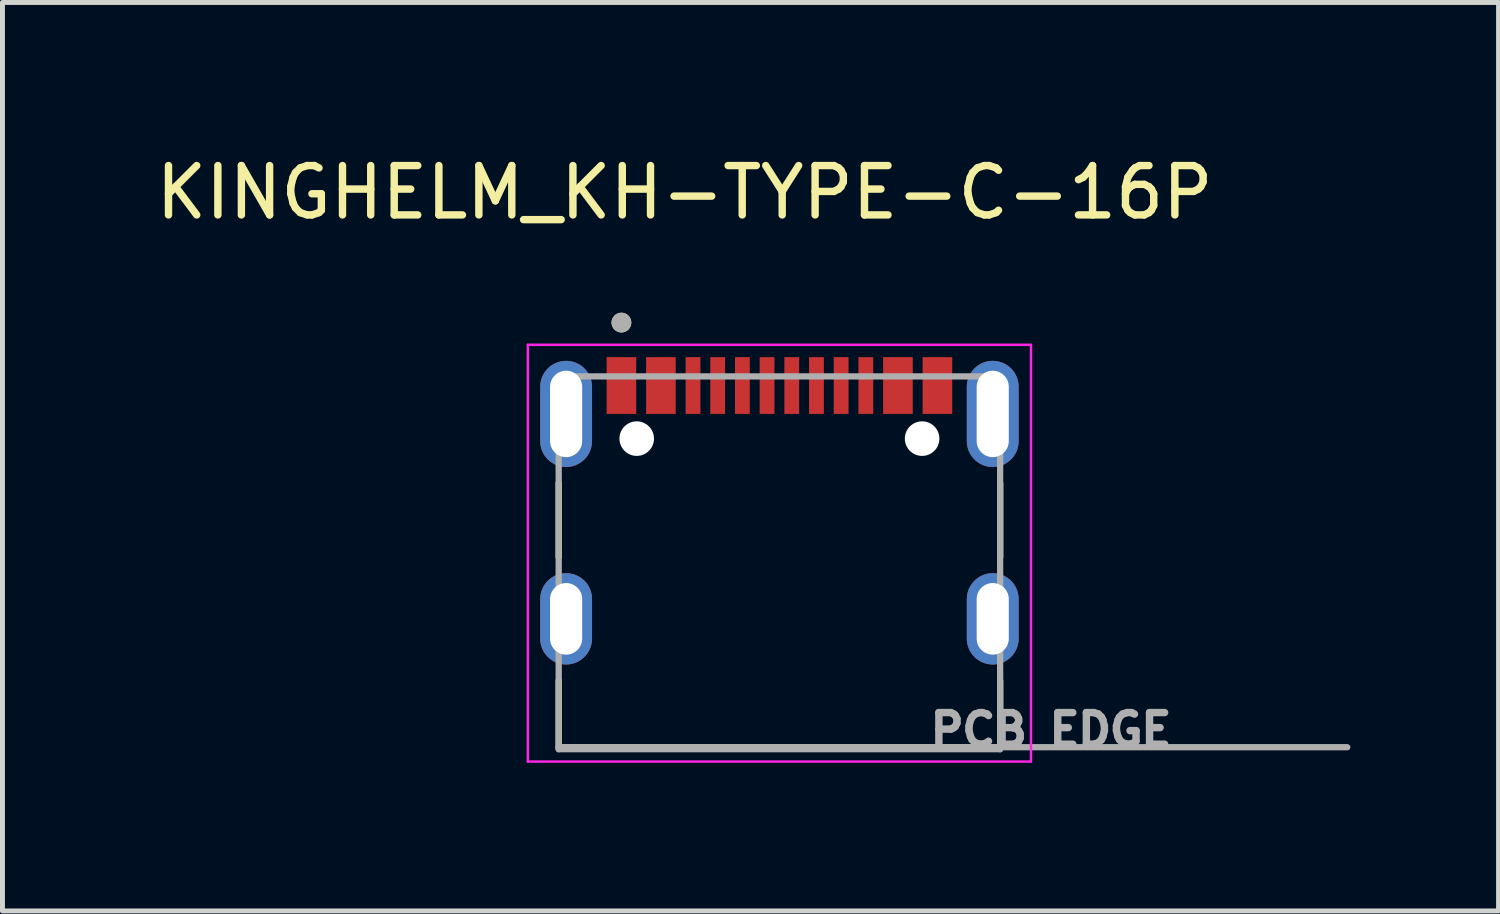
<source format=kicad_pcb>
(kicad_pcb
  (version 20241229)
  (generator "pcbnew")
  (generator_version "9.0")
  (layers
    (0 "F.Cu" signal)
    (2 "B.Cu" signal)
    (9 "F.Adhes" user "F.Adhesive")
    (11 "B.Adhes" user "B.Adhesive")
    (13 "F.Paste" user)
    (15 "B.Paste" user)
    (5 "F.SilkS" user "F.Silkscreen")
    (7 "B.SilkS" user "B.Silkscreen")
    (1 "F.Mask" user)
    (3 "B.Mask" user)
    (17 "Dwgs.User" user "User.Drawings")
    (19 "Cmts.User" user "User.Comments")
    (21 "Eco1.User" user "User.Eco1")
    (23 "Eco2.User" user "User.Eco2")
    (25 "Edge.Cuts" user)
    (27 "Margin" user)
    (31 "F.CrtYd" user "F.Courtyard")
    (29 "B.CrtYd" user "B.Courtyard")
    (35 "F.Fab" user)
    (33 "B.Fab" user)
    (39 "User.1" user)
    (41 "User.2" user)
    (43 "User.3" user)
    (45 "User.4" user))
  (footprint "KINGHELM_KH-TYPE-C-16P"
    (layer "F.Cu")
    (at 12.735 9.483)
    (property "Reference" "KINGHELM_KH-TYPE-C-16P" (at -1.92 -8.635 0) (layer "F.SilkS") (effects (font (size 1 1) (thickness 0.15))))
    (attr through_hole)
    (fp_line (start -4.47 -2.75) (end -4.47 -1.25) (stroke (width 0.127) (type solid)) (layer "F.SilkS"))
    (fp_line (start -4.47 2.6) (end -4.47 1.25) (stroke (width 0.127) (type solid)) (layer "F.SilkS"))
    (fp_line (start -4.47 2.6) (end 4.47 2.6) (stroke (width 0.127) (type solid)) (layer "F.SilkS"))
    (fp_line (start 4.47 -2.75) (end 4.47 -1.25) (stroke (width 0.127) (type solid)) (layer "F.SilkS"))
    (fp_line (start 4.47 2.6) (end 4.47 1.25) (stroke (width 0.127) (type solid)) (layer "F.SilkS"))
    (fp_circle (center -3.2 -6) (end -3.1 -6) (stroke (width 0.2) (type solid)) (fill no) (layer "F.SilkS"))
    (fp_line (start -5.095 -5.55) (end -5.095 2.89) (stroke (width 0.05) (type solid)) (layer "F.CrtYd"))
    (fp_line (start -5.095 2.89) (end 5.095 2.89) (stroke (width 0.05) (type solid)) (layer "F.CrtYd"))
    (fp_line (start 5.095 -5.55) (end -5.095 -5.55) (stroke (width 0.05) (type solid)) (layer "F.CrtYd"))
    (fp_line (start 5.095 2.89) (end 5.095 -5.55) (stroke (width 0.05) (type solid)) (layer "F.CrtYd"))
    (fp_line (start -4.47 -4.91) (end 4.47 -4.91) (stroke (width 0.127) (type solid)) (layer "F.Fab"))
    (fp_line (start -4.47 2.6) (end -4.47 -4.91) (stroke (width 0.127) (type solid)) (layer "F.Fab"))
    (fp_line (start -4.47 2.64) (end -4.47 2.6) (stroke (width 0.127) (type solid)) (layer "F.Fab"))
    (fp_line (start 4.47 -4.91) (end 4.47 2.6) (stroke (width 0.127) (type solid)) (layer "F.Fab"))
    (fp_line (start 4.47 2.6) (end -4.47 2.6) (stroke (width 0.127) (type solid)) (layer "F.Fab"))
    (fp_line (start 4.47 2.6) (end 4.47 2.64) (stroke (width 0.127) (type solid)) (layer "F.Fab"))
    (fp_line (start 4.47 2.6) (end 11.5 2.6) (stroke (width 0.127) (type solid)) (layer "F.Fab"))
    (fp_line (start 4.47 2.64) (end -4.47 2.64) (stroke (width 0.127) (type solid)) (layer "F.Fab"))
    (fp_circle (center -3.2 -6) (end -3.1 -6) (stroke (width 0.2) (type solid)) (fill no) (layer "F.Fab"))
    (fp_text user "PCB EDGE" (at 5.5 2.25 0) (layer "F.Fab") (effects (font (size 0.64 0.64) (thickness 0.15))))
    (pad "" np_thru_hole circle (at -2.89 -3.65) (size 0.7 0.7) (drill 0.7) (layers "*.Cu" "*.Mask"))
    (pad "" np_thru_hole circle (at 2.89 -3.65) (size 0.7 0.7) (drill 0.7) (layers "*.Cu" "*.Mask"))
    (pad "A1_B12" smd rect (at -3.2 -4.725) (size 0.6 1.15) (layers "F.Cu" "F.Mask" "F.Paste"))
    (pad "A4_B9" smd rect (at -2.4 -4.725) (size 0.6 1.15) (layers "F.Cu" "F.Mask" "F.Paste"))
    (pad "A5" smd rect (at -1.25 -4.725) (size 0.3 1.15) (layers "F.Cu" "F.Mask" "F.Paste"))
    (pad "A6" smd rect (at -0.25 -4.725) (size 0.3 1.15) (layers "F.Cu" "F.Mask" "F.Paste"))
    (pad "A7" smd rect (at 0.25 -4.725) (size 0.3 1.15) (layers "F.Cu" "F.Mask" "F.Paste"))
    (pad "A8" smd rect (at 1.25 -4.725) (size 0.3 1.15) (layers "F.Cu" "F.Mask" "F.Paste"))
    (pad "A9_B4" smd rect (at 2.4 -4.725) (size 0.6 1.15) (layers "F.Cu" "F.Mask" "F.Paste"))
    (pad "A12_B1" smd rect (at 3.2 -4.725) (size 0.6 1.15) (layers "F.Cu" "F.Mask" "F.Paste"))
    (pad "B5" smd rect (at 1.75 -4.725) (size 0.3 1.15) (layers "F.Cu" "F.Mask" "F.Paste"))
    (pad "B6" smd rect (at 0.75 -4.725) (size 0.3 1.15) (layers "F.Cu" "F.Mask" "F.Paste"))
    (pad "B7" smd rect (at -0.75 -4.725) (size 0.3 1.15) (layers "F.Cu" "F.Mask" "F.Paste"))
    (pad "B8" smd rect (at -1.75 -4.725) (size 0.3 1.15) (layers "F.Cu" "F.Mask" "F.Paste"))
    (pad "SH1" thru_hole oval (at -4.32 0) (size 1.05 1.85) (drill oval 0.65 1.45) (layers "*.Cu" "*.Mask"))
    (pad "SH2" thru_hole oval (at 4.32 0) (size 1.05 1.85) (drill oval 0.65 1.45) (layers "*.Cu" "*.Mask"))
    (pad "SH3" thru_hole oval (at -4.32 -4.15) (size 1.05 2.15) (drill oval 0.65 1.75) (layers "*.Cu" "*.Mask"))
    (pad "SH4" thru_hole oval (at 4.32 -4.15) (size 1.05 2.15) (drill oval 0.65 1.75) (layers "*.Cu" "*.Mask")))
  (gr_rect
    (start -3 -3)
    (end 27.299 15.398)
    (stroke (width 0.1) (type default))
    (fill no)
    (layer "Edge.Cuts")))
</source>
